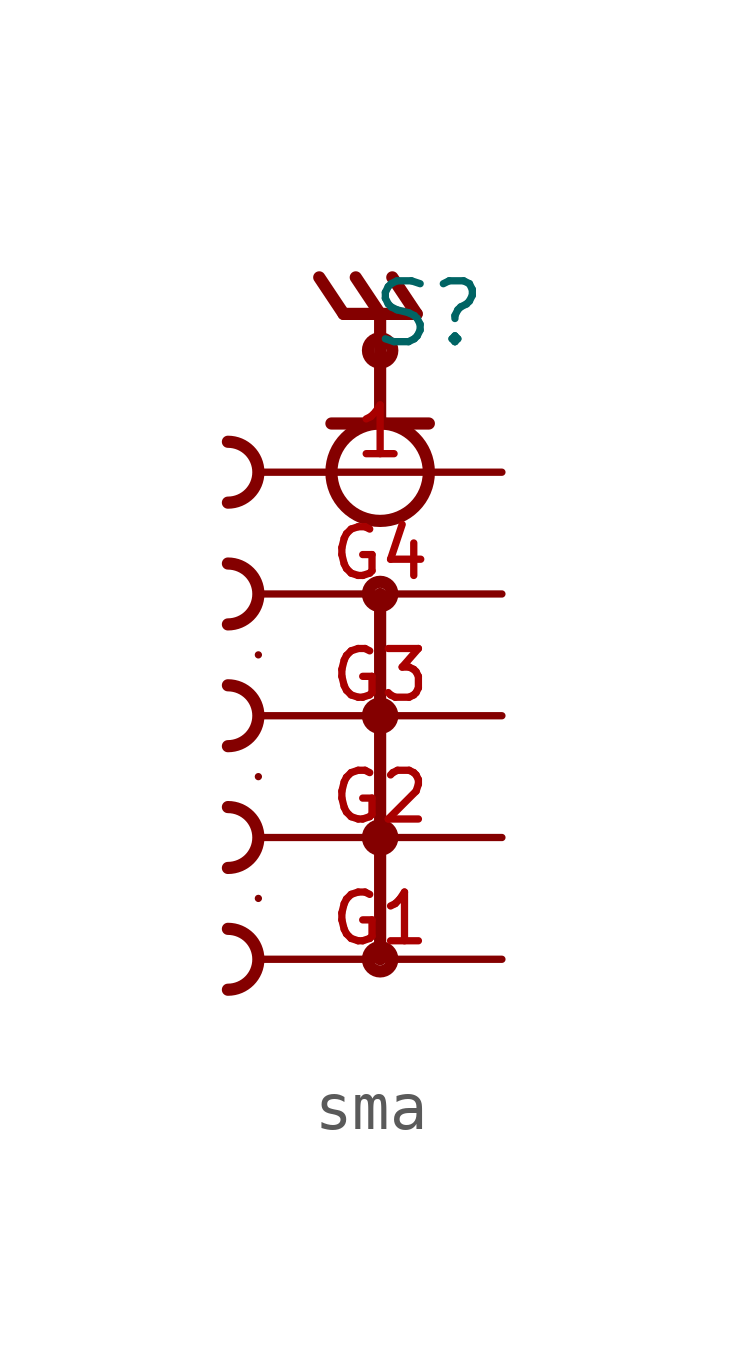
<source format=kicad_sym>
(kicad_symbol_lib
  (version 20231120)
  (generator "kicad_symbol_editor")
  (generator_version "8.0")
  (symbol "sma"
    (property "Reference" "S"
      (at 1.016 5.842 0)
      (effects (font (size 1.27 1.27))))
    (property "Value" ""
      (at 0 -5.08 0)
      (effects (font (size 1.27 1.27))))
    (symbol "sma_0_0"
      (arc (start -3.175 1.905) (mid -2.5427 2.54) (end -3.175 3.175) (stroke (width 0.254) (type default)) (fill (type none)))
      (circle (center 0 -7.62) (radius 0.254) (stroke (width 0.254) (type default)) (fill (type none)))
      (circle (center 0 -5.08) (radius 0.254) (stroke (width 0.254) (type default)) (fill (type none)))
      (circle (center 0 -2.54) (radius 0.254) (stroke (width 0.254) (type default)) (fill (type none)))
      (polyline (pts (xy -1.016 3.556) (xy 0 3.556)) (stroke (width 0.254) (type default)) (fill (type none)))
      (polyline (pts (xy -0.762 5.842) (xy -1.27 6.604)) (stroke (width 0.254) (type default)) (fill (type none)))
      (polyline (pts (xy 0 3.556) (xy 0 5.842)) (stroke (width 0.254) (type default)) (fill (type none)))
      (polyline (pts (xy 0 3.556) (xy 1.016 3.556)) (stroke (width 0.254) (type default)) (fill (type none)))
      (polyline (pts (xy 0 5.842) (xy -0.762 5.842)) (stroke (width 0.254) (type default)) (fill (type none)))
      (polyline (pts (xy 0 5.842) (xy -0.508 6.604)) (stroke (width 0.254) (type default)) (fill (type none)))
      (polyline (pts (xy 0 5.842) (xy 0.762 5.842)) (stroke (width 0.254) (type default)) (fill (type none)))
      (polyline (pts (xy 0.762 5.842) (xy 0.254 6.604)) (stroke (width 0.254) (type default)) (fill (type none)))
      (circle (center 0 0) (radius 0.254) (stroke (width 0.254) (type default)) (fill (type none)))
      (circle (center 0 5.08) (radius 0.254) (stroke (width 0.254) (type default)) (fill (type none)))
      (pin passive line (at 2.54 2.54 180) (length 5.08) (name "~" (effects (font (size 1.016 1.016)))) (number "1" (effects (font (size 1.016 1.016))))))
    (symbol "sma_0_1"
      (arc (start -2.54 -6.35) (mid -2.54 -6.35) (end -2.54 -6.35) (stroke (width 0) (type default)) (fill (type none)))
      (arc (start -2.54 -3.81) (mid -2.54 -3.81) (end -2.54 -3.81) (stroke (width 0) (type default)) (fill (type none)))
      (arc (start -2.54 -1.27) (mid -2.54 -1.27) (end -2.54 -1.27) (stroke (width 0) (type default)) (fill (type none))))
    (symbol "sma_1_0"
      (arc (start -3.175 -8.255) (mid -2.5427 -7.62) (end -3.175 -6.985) (stroke (width 0.254) (type default)) (fill (type none)))
      (arc (start -3.175 -5.715) (mid -2.5427 -5.08) (end -3.175 -4.445) (stroke (width 0.254) (type default)) (fill (type none)))
      (arc (start -3.175 -3.175) (mid -2.5427 -2.54) (end -3.175 -1.905) (stroke (width 0.254) (type default)) (fill (type none)))
      (arc (start -3.175 -0.635) (mid -2.5427 0) (end -3.175 0.635) (stroke (width 0.254) (type default)) (fill (type none)))
      (polyline (pts (xy 0 -5.08) (xy 0 -7.62)) (stroke (width 0.254) (type default)) (fill (type none)))
      (polyline (pts (xy 0 -2.54) (xy 0 -5.08)) (stroke (width 0.254) (type default)) (fill (type none)))
      (polyline (pts (xy 0 0) (xy 0 -2.54)) (stroke (width 0.254) (type default)) (fill (type none)))
      (circle (center 0 2.54) (radius 1.016) (stroke (width 0.254) (type default)) (fill (type none)))
      (pin passive line (at 2.54 -7.62 180) (length 5.08) (name "~" (effects (font (size 1.016 1.016)))) (number "G1" (effects (font (size 1.016 1.016)))))
      (pin passive line (at 2.54 -5.08 180) (length 5.08) (name "~" (effects (font (size 1.016 1.016)))) (number "G2" (effects (font (size 1.016 1.016)))))
      (pin passive line (at 2.54 -2.54 180) (length 5.08) (name "~" (effects (font (size 1.016 1.016)))) (number "G3" (effects (font (size 1.016 1.016)))))
      (pin passive line (at 2.54 0 180) (length 5.08) (name "~" (effects (font (size 1.016 1.016)))) (number "G4" (effects (font (size 1.016 1.016))))))))
</source>
